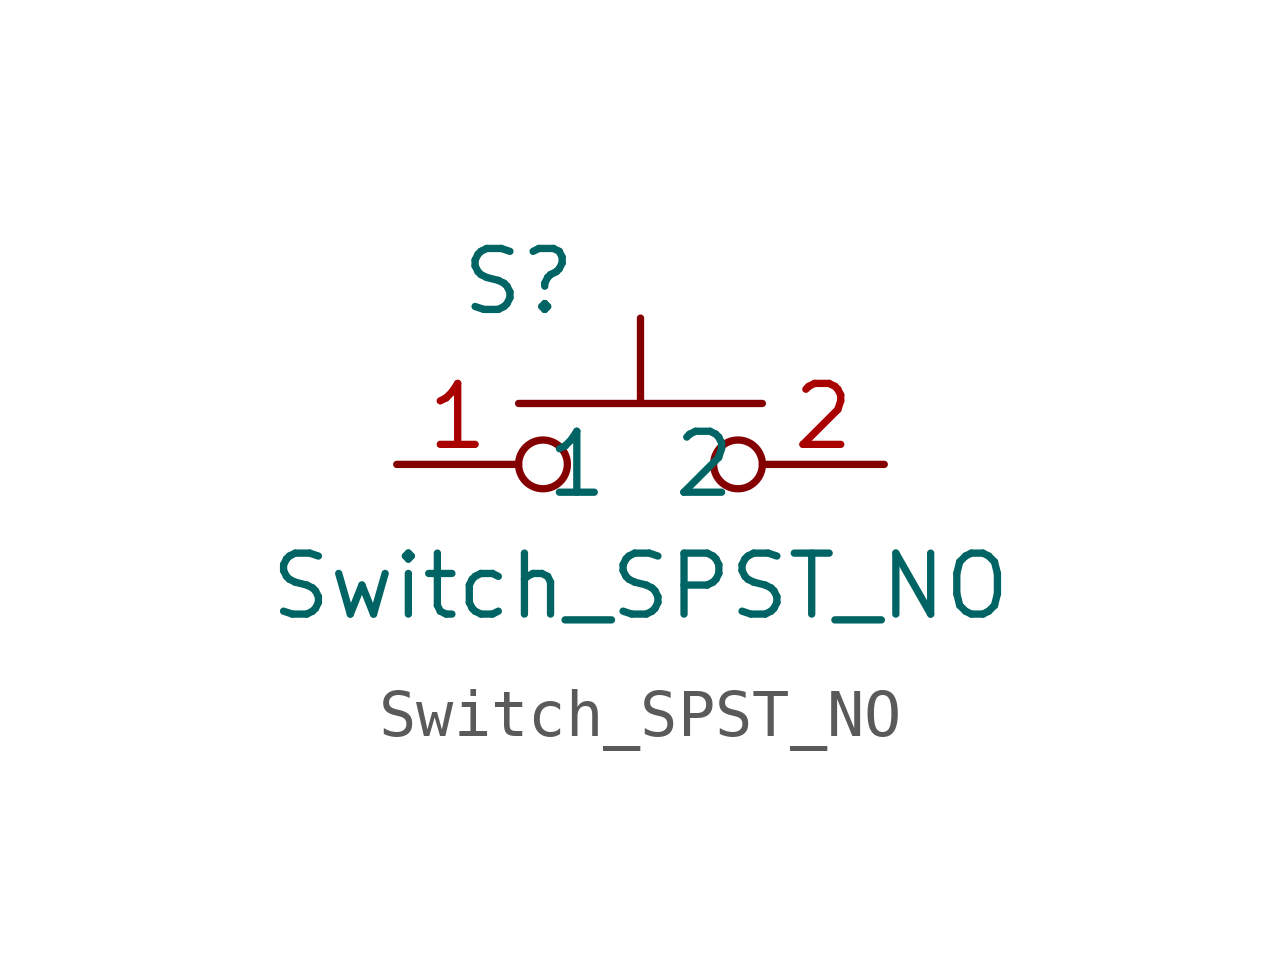
<source format=kicad_sym>
(kicad_symbol_lib
  (version 20211014)
  (generator kicad_symbol_editor)
  (symbol "Switch_SPST_NO"
    (property "Reference" "S"
      (at -2.54 3.81 0)
      (effects (font (size 1.27 1.27))))
    (property "Value" "Switch_SPST_NO"
      (at 0 -2.54 0)
      (effects (font (size 1.27 1.27))))
    (symbol "Switch_SPST_NO_0_1"
      (circle (center -2.032 0) (radius 0.508) (stroke (width 0) (type default) (color 0 0 0 0)) (fill (type none)))
      (polyline (pts (xy 0 1.27) (xy 0 3.048)) (stroke (width 0) (type default) (color 0 0 0 0)) (fill (type none)))
      (polyline (pts (xy 2.54 1.27) (xy -2.54 1.27)) (stroke (width 0) (type default) (color 0 0 0 0)) (fill (type none)))
      (circle (center 2.032 0) (radius 0.508) (stroke (width 0) (type default) (color 0 0 0 0)) (fill (type none)))
      (pin passive line (at -5.08 0 0) (length 2.54) (name "1" (effects (font (size 1.27 1.27)))) (number "1" (effects (font (size 1.27 1.27)))))
      (pin passive line (at 5.08 0 180) (length 2.54) (name "2" (effects (font (size 1.27 1.27)))) (number "2" (effects (font (size 1.27 1.27))))))))
</source>
